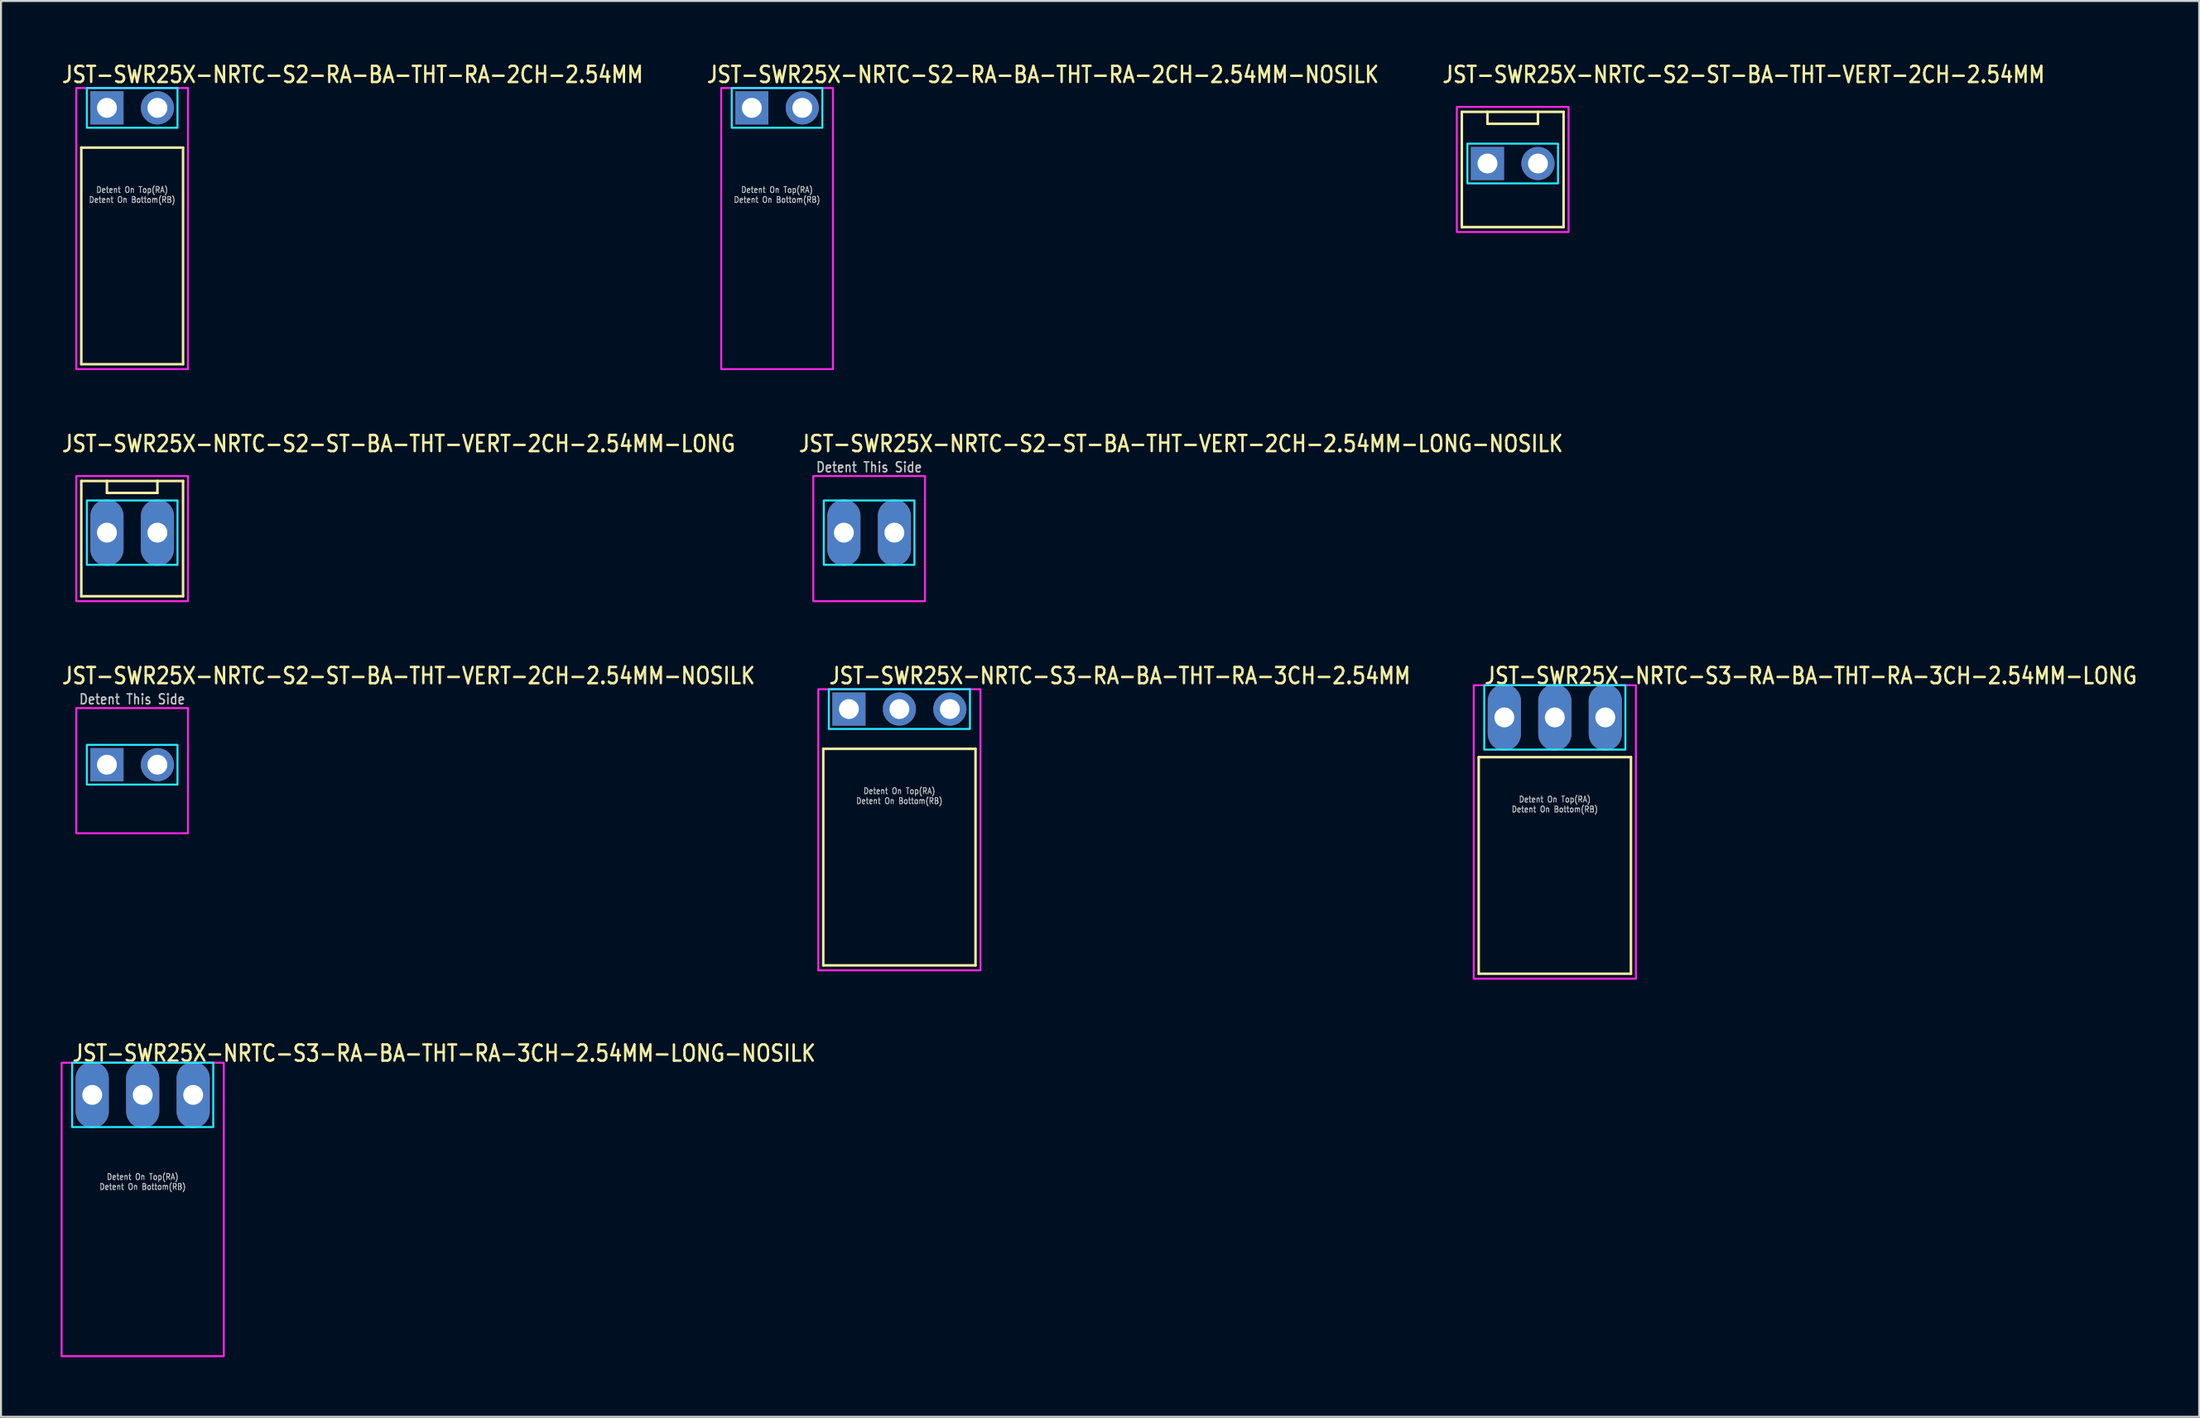
<source format=kicad_pcb>
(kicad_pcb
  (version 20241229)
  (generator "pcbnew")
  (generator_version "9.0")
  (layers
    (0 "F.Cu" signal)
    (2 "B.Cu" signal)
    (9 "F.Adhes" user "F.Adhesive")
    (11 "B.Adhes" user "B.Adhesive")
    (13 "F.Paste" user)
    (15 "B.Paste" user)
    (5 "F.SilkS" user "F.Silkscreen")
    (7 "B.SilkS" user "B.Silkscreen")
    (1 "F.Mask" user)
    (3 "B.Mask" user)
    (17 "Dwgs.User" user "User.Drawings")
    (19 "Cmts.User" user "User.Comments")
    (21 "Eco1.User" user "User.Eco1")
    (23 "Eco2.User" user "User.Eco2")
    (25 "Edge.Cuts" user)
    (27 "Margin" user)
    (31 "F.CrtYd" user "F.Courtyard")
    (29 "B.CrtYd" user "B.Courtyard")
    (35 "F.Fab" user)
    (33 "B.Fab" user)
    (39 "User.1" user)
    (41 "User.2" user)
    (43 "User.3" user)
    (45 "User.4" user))
  (footprint "JST-SWR25X-NRTC-S3-RA-BA-THT-RA-3CH-2.54MM"
    (layer "F.Cu")
    (at 42.203 32.636)
    (property "Reference" "JST-SWR25X-NRTC-S3-RA-BA-THT-RA-3CH-2.54MM" (at -3.6 -1.2 0) (unlocked yes) (layer "F.SilkS") (effects (font (size 0.813 0.695) (thickness 0.122)) (justify left bottom)))
    (fp_line (start -3.83 2) (end 3.83 2) (stroke (width 0.127) (type solid)) (layer "F.SilkS"))
    (fp_line (start -3.83 12.9) (end -3.83 2) (stroke (width 0.127) (type solid)) (layer "F.SilkS"))
    (fp_line (start -3.83 12.9) (end 3.83 12.9) (stroke (width 0.127) (type solid)) (layer "F.SilkS"))
    (fp_line (start 3.83 2) (end 3.83 12.9) (stroke (width 0.127) (type solid)) (layer "F.SilkS"))
    (fp_poly (pts (xy -3.55 -1) (xy -3.55 1) (xy 3.55 1) (xy 3.55 -1)) (stroke (width 0.1) (type solid)) (fill no) (layer "B.CrtYd"))
    (fp_poly (pts (xy -4.08 -1) (xy -4.08 13.15) (xy 4.08 13.15) (xy 4.08 -1)) (stroke (width 0.1) (type solid)) (fill no) (layer "F.CrtYd"))
    (fp_text user "Detent On Bottom(RB)" (at 0 4.8 0) (unlocked yes) (layer "Dwgs.User") (effects (font (size 0.3 0.257) (thickness 0.045)) (justify bottom)))
    (fp_text user "Detent On Top(RA)" (at 0 4.3 0) (unlocked yes) (layer "Dwgs.User") (effects (font (size 0.3 0.257) (thickness 0.045)) (justify bottom)))
    (pad "P$1" thru_hole rect (at -2.54 0) (size 1.667 1.667) (drill 1) (layers "*.Cu" "*.Mask"))
    (pad "P$2" thru_hole oval (at 0 0) (size 1.667 1.667) (drill 1) (layers "*.Cu" "*.Mask"))
    (pad "P$3" thru_hole oval (at 2.54 0) (size 1.667 1.667) (drill 1) (layers "*.Cu" "*.Mask")))
  (footprint "JST-SWR25X-NRTC-S2-ST-BA-THT-VERT-2CH-2.54MM-NOSILK"
    (layer "F.Cu")
    (at 3.6 35.436)
    (property "Reference" "JST-SWR25X-NRTC-S2-ST-BA-THT-VERT-2CH-2.54MM-NOSILK" (at -3.6 -4 0) (unlocked yes) (layer "F.SilkS") (effects (font (size 0.813 0.695) (thickness 0.122)) (justify left bottom)))
    (fp_poly (pts (xy -2.28 -1) (xy -2.28 1) (xy 2.28 1) (xy 2.28 -1)) (stroke (width 0.1) (type solid)) (fill no) (layer "B.CrtYd"))
    (fp_poly (pts (xy -2.81 -2.85) (xy -2.81 3.45) (xy 2.81 3.45) (xy 2.81 -2.85)) (stroke (width 0.1) (type solid)) (fill no) (layer "F.CrtYd"))
    (fp_text user "Detent This Side" (at 0 -3 0) (unlocked yes) (layer "Dwgs.User") (effects (font (size 0.5 0.427) (thickness 0.075)) (justify bottom)))
    (pad "P$1" thru_hole rect (at -1.27 0) (size 1.667 1.667) (drill 1) (layers "*.Cu" "*.Mask"))
    (pad "P$2" thru_hole oval (at 1.27 0) (size 1.667 1.667) (drill 1) (layers "*.Cu" "*.Mask")))
  (footprint "JST-SWR25X-NRTC-S2-ST-BA-THT-VERT-2CH-2.54MM-LONG"
    (layer "F.Cu")
    (at 3.6 23.757)
    (property "Reference" "JST-SWR25X-NRTC-S2-ST-BA-THT-VERT-2CH-2.54MM-LONG" (at -3.6 -4 0) (unlocked yes) (layer "F.SilkS") (effects (font (size 0.813 0.695) (thickness 0.122)) (justify left bottom)))
    (fp_line (start -2.56 -2.6) (end 2.56 -2.6) (stroke (width 0.127) (type solid)) (layer "F.SilkS"))
    (fp_line (start -2.56 3.2) (end -2.56 -2.6) (stroke (width 0.127) (type solid)) (layer "F.SilkS"))
    (fp_line (start -2.56 3.2) (end 2.56 3.2) (stroke (width 0.127) (type solid)) (layer "F.SilkS"))
    (fp_line (start -1.27 -2.6) (end -1.27 -2) (stroke (width 0.127) (type solid)) (layer "F.SilkS"))
    (fp_line (start -1.27 -2) (end 1.27 -2) (stroke (width 0.127) (type solid)) (layer "F.SilkS"))
    (fp_line (start 1.27 -2.6) (end 1.27 -2) (stroke (width 0.127) (type solid)) (layer "F.SilkS"))
    (fp_line (start 2.56 -2.6) (end 2.56 3.2) (stroke (width 0.127) (type solid)) (layer "F.SilkS"))
    (fp_poly (pts (xy -2.28 -1.62) (xy -2.28 1.62) (xy 2.28 1.62) (xy 2.28 -1.62)) (stroke (width 0.1) (type solid)) (fill no) (layer "B.CrtYd"))
    (fp_poly (pts (xy -2.81 -2.85) (xy -2.81 3.45) (xy 2.81 3.45) (xy 2.81 -2.85)) (stroke (width 0.1) (type solid)) (fill no) (layer "F.CrtYd"))
    (pad "P$1" thru_hole oval (at -1.27 0 90) (size 3.333 1.667) (drill 1) (layers "*.Cu" "*.Mask"))
    (pad "P$2" thru_hole oval (at 1.27 0 90) (size 3.333 1.667) (drill 1) (layers "*.Cu" "*.Mask")))
  (footprint "JST-SWR25X-NRTC-S2-ST-BA-THT-VERT-2CH-2.54MM-LONG-NOSILK"
    (layer "F.Cu")
    (at 40.68 23.757)
    (property "Reference" "JST-SWR25X-NRTC-S2-ST-BA-THT-VERT-2CH-2.54MM-LONG-NOSILK" (at -3.6 -4 0) (unlocked yes) (layer "F.SilkS") (effects (font (size 0.813 0.695) (thickness 0.122)) (justify left bottom)))
    (fp_poly (pts (xy -2.28 -1.62) (xy -2.28 1.62) (xy 2.28 1.62) (xy 2.28 -1.62)) (stroke (width 0.1) (type solid)) (fill no) (layer "B.CrtYd"))
    (fp_poly (pts (xy -2.81 -2.85) (xy -2.81 3.45) (xy 2.81 3.45) (xy 2.81 -2.85)) (stroke (width 0.1) (type solid)) (fill no) (layer "F.CrtYd"))
    (fp_text user "Detent This Side" (at 0 -3 0) (unlocked yes) (layer "Dwgs.User") (effects (font (size 0.5 0.427) (thickness 0.075)) (justify bottom)))
    (pad "P$1" thru_hole oval (at -1.27 0 90) (size 3.333 1.667) (drill 1) (layers "*.Cu" "*.Mask"))
    (pad "P$2" thru_hole oval (at 1.27 0 90) (size 3.333 1.667) (drill 1) (layers "*.Cu" "*.Mask")))
  (footprint "JST-SWR25X-NRTC-S2-ST-BA-THT-VERT-2CH-2.54MM"
    (layer "F.Cu")
    (at 73.062 5.179)
    (property "Reference" "JST-SWR25X-NRTC-S2-ST-BA-THT-VERT-2CH-2.54MM" (at -3.6 -4 0) (unlocked yes) (layer "F.SilkS") (effects (font (size 0.813 0.695) (thickness 0.122)) (justify left bottom)))
    (fp_line (start -2.56 -2.6) (end 2.56 -2.6) (stroke (width 0.127) (type solid)) (layer "F.SilkS"))
    (fp_line (start -2.56 3.2) (end -2.56 -2.6) (stroke (width 0.127) (type solid)) (layer "F.SilkS"))
    (fp_line (start -2.56 3.2) (end 2.56 3.2) (stroke (width 0.127) (type solid)) (layer "F.SilkS"))
    (fp_line (start -1.27 -2.6) (end -1.27 -2) (stroke (width 0.127) (type solid)) (layer "F.SilkS"))
    (fp_line (start -1.27 -2) (end 1.27 -2) (stroke (width 0.127) (type solid)) (layer "F.SilkS"))
    (fp_line (start 1.27 -2.6) (end 1.27 -2) (stroke (width 0.127) (type solid)) (layer "F.SilkS"))
    (fp_line (start 2.56 -2.6) (end 2.56 3.2) (stroke (width 0.127) (type solid)) (layer "F.SilkS"))
    (fp_poly (pts (xy -2.28 -1) (xy -2.28 1) (xy 2.28 1) (xy 2.28 -1)) (stroke (width 0.1) (type solid)) (fill no) (layer "B.CrtYd"))
    (fp_poly (pts (xy -2.81 -2.85) (xy -2.81 3.45) (xy 2.81 3.45) (xy 2.81 -2.85)) (stroke (width 0.1) (type solid)) (fill no) (layer "F.CrtYd"))
    (pad "P$1" thru_hole rect (at -1.27 0) (size 1.667 1.667) (drill 1) (layers "*.Cu" "*.Mask"))
    (pad "P$2" thru_hole oval (at 1.27 0) (size 1.667 1.667) (drill 1) (layers "*.Cu" "*.Mask")))
  (footprint "JST-SWR25X-NRTC-S3-RA-BA-THT-RA-3CH-2.54MM-LONG-NOSILK"
    (layer "F.Cu")
    (at 4.13 52.054)
    (property "Reference" "JST-SWR25X-NRTC-S3-RA-BA-THT-RA-3CH-2.54MM-LONG-NOSILK" (at -3.6 -1.62 0) (unlocked yes) (layer "F.SilkS") (effects (font (size 0.813 0.695) (thickness 0.122)) (justify left bottom)))
    (fp_poly (pts (xy -3.55 -1.62) (xy -3.55 1.62) (xy 3.55 1.62) (xy 3.55 -1.62)) (stroke (width 0.1) (type solid)) (fill no) (layer "B.CrtYd"))
    (fp_poly (pts (xy -4.08 -1.62) (xy -4.08 13.15) (xy 4.08 13.15) (xy 4.08 -1.62)) (stroke (width 0.1) (type solid)) (fill no) (layer "F.CrtYd"))
    (fp_text user "Detent On Top(RA)" (at 0 4.3 0) (unlocked yes) (layer "Dwgs.User") (effects (font (size 0.3 0.257) (thickness 0.045)) (justify bottom)))
    (fp_text user "Detent On Bottom(RB)" (at 0 4.8 0) (unlocked yes) (layer "Dwgs.User") (effects (font (size 0.3 0.257) (thickness 0.045)) (justify bottom)))
    (pad "P$1" thru_hole oval (at -2.54 0 90) (size 3.333 1.667) (drill 1) (layers "*.Cu" "*.Mask"))
    (pad "P$2" thru_hole oval (at 0 0 90) (size 3.333 1.667) (drill 1) (layers "*.Cu" "*.Mask"))
    (pad "P$3" thru_hole oval (at 2.54 0 90) (size 3.333 1.667) (drill 1) (layers "*.Cu" "*.Mask")))
  (footprint "JST-SWR25X-NRTC-S2-RA-BA-THT-RA-2CH-2.54MM"
    (layer "F.Cu")
    (at 3.6 2.379)
    (property "Reference" "JST-SWR25X-NRTC-S2-RA-BA-THT-RA-2CH-2.54MM" (at -3.6 -1.2 0) (unlocked yes) (layer "F.SilkS") (effects (font (size 0.813 0.695) (thickness 0.122)) (justify left bottom)))
    (fp_line (start -2.56 2) (end 2.56 2) (stroke (width 0.127) (type solid)) (layer "F.SilkS"))
    (fp_line (start -2.56 12.9) (end -2.56 2) (stroke (width 0.127) (type solid)) (layer "F.SilkS"))
    (fp_line (start -2.56 12.9) (end 2.56 12.9) (stroke (width 0.127) (type solid)) (layer "F.SilkS"))
    (fp_line (start 2.56 2) (end 2.56 12.9) (stroke (width 0.127) (type solid)) (layer "F.SilkS"))
    (fp_poly (pts (xy -2.28 -1) (xy -2.28 1) (xy 2.28 1) (xy 2.28 -1)) (stroke (width 0.1) (type solid)) (fill no) (layer "B.CrtYd"))
    (fp_poly (pts (xy -2.81 -1) (xy -2.81 13.15) (xy 2.81 13.15) (xy 2.81 -1)) (stroke (width 0.1) (type solid)) (fill no) (layer "F.CrtYd"))
    (fp_text user "Detent On Bottom(RB)" (at 0 4.8 0) (unlocked yes) (layer "Dwgs.User") (effects (font (size 0.3 0.257) (thickness 0.045)) (justify bottom)))
    (fp_text user "Detent On Top(RA)" (at 0 4.3 0) (unlocked yes) (layer "Dwgs.User") (effects (font (size 0.3 0.257) (thickness 0.045)) (justify bottom)))
    (pad "P$1" thru_hole rect (at -1.27 0) (size 1.667 1.667) (drill 1) (layers "*.Cu" "*.Mask"))
    (pad "P$2" thru_hole oval (at 1.27 0) (size 1.667 1.667) (drill 1) (layers "*.Cu" "*.Mask")))
  (footprint "JST-SWR25X-NRTC-S3-RA-BA-THT-RA-3CH-2.54MM-LONG"
    (layer "F.Cu")
    (at 75.181 33.056)
    (property "Reference" "JST-SWR25X-NRTC-S3-RA-BA-THT-RA-3CH-2.54MM-LONG" (at -3.6 -1.62 0) (unlocked yes) (layer "F.SilkS") (effects (font (size 0.813 0.695) (thickness 0.122)) (justify left bottom)))
    (fp_line (start -3.83 2) (end 3.83 2) (stroke (width 0.127) (type solid)) (layer "F.SilkS"))
    (fp_line (start -3.83 12.9) (end -3.83 2) (stroke (width 0.127) (type solid)) (layer "F.SilkS"))
    (fp_line (start -3.83 12.9) (end 3.83 12.9) (stroke (width 0.127) (type solid)) (layer "F.SilkS"))
    (fp_line (start 3.83 2) (end 3.83 12.9) (stroke (width 0.127) (type solid)) (layer "F.SilkS"))
    (fp_poly (pts (xy -3.55 -1.62) (xy -3.55 1.62) (xy 3.55 1.62) (xy 3.55 -1.62)) (stroke (width 0.1) (type solid)) (fill no) (layer "B.CrtYd"))
    (fp_poly (pts (xy -4.08 -1.62) (xy -4.08 13.15) (xy 4.08 13.15) (xy 4.08 -1.62)) (stroke (width 0.1) (type solid)) (fill no) (layer "F.CrtYd"))
    (fp_text user "Detent On Bottom(RB)" (at 0 4.8 0) (unlocked yes) (layer "Dwgs.User") (effects (font (size 0.3 0.257) (thickness 0.045)) (justify bottom)))
    (fp_text user "Detent On Top(RA)" (at 0 4.3 0) (unlocked yes) (layer "Dwgs.User") (effects (font (size 0.3 0.257) (thickness 0.045)) (justify bottom)))
    (pad "P$1" thru_hole oval (at -2.54 0 90) (size 3.333 1.667) (drill 1) (layers "*.Cu" "*.Mask"))
    (pad "P$2" thru_hole oval (at 0 0 90) (size 3.333 1.667) (drill 1) (layers "*.Cu" "*.Mask"))
    (pad "P$3" thru_hole oval (at 2.54 0 90) (size 3.333 1.667) (drill 1) (layers "*.Cu" "*.Mask")))
  (footprint "JST-SWR25X-NRTC-S2-RA-BA-THT-RA-2CH-2.54MM-NOSILK"
    (layer "F.Cu")
    (at 36.048 2.379)
    (property "Reference" "JST-SWR25X-NRTC-S2-RA-BA-THT-RA-2CH-2.54MM-NOSILK" (at -3.6 -1.2 0) (unlocked yes) (layer "F.SilkS") (effects (font (size 0.813 0.695) (thickness 0.122)) (justify left bottom)))
    (fp_poly (pts (xy -2.28 -1) (xy -2.28 1) (xy 2.28 1) (xy 2.28 -1)) (stroke (width 0.1) (type solid)) (fill no) (layer "B.CrtYd"))
    (fp_poly (pts (xy -2.81 -1) (xy -2.81 13.15) (xy 2.81 13.15) (xy 2.81 -1)) (stroke (width 0.1) (type solid)) (fill no) (layer "F.CrtYd"))
    (fp_text user "Detent On Top(RA)" (at 0 4.3 0) (unlocked yes) (layer "Dwgs.User") (effects (font (size 0.3 0.257) (thickness 0.045)) (justify bottom)))
    (fp_text user "Detent On Bottom(RB)" (at 0 4.8 0) (unlocked yes) (layer "Dwgs.User") (effects (font (size 0.3 0.257) (thickness 0.045)) (justify bottom)))
    (pad "P$1" thru_hole rect (at -1.27 0) (size 1.667 1.667) (drill 1) (layers "*.Cu" "*.Mask"))
    (pad "P$2" thru_hole oval (at 1.27 0) (size 1.667 1.667) (drill 1) (layers "*.Cu" "*.Mask")))
  (gr_rect
    (start -3 -3)
    (end 107.602 68.254)
    (stroke (width 0.1) (type default))
    (fill no)
    (layer "Edge.Cuts")))
</source>
